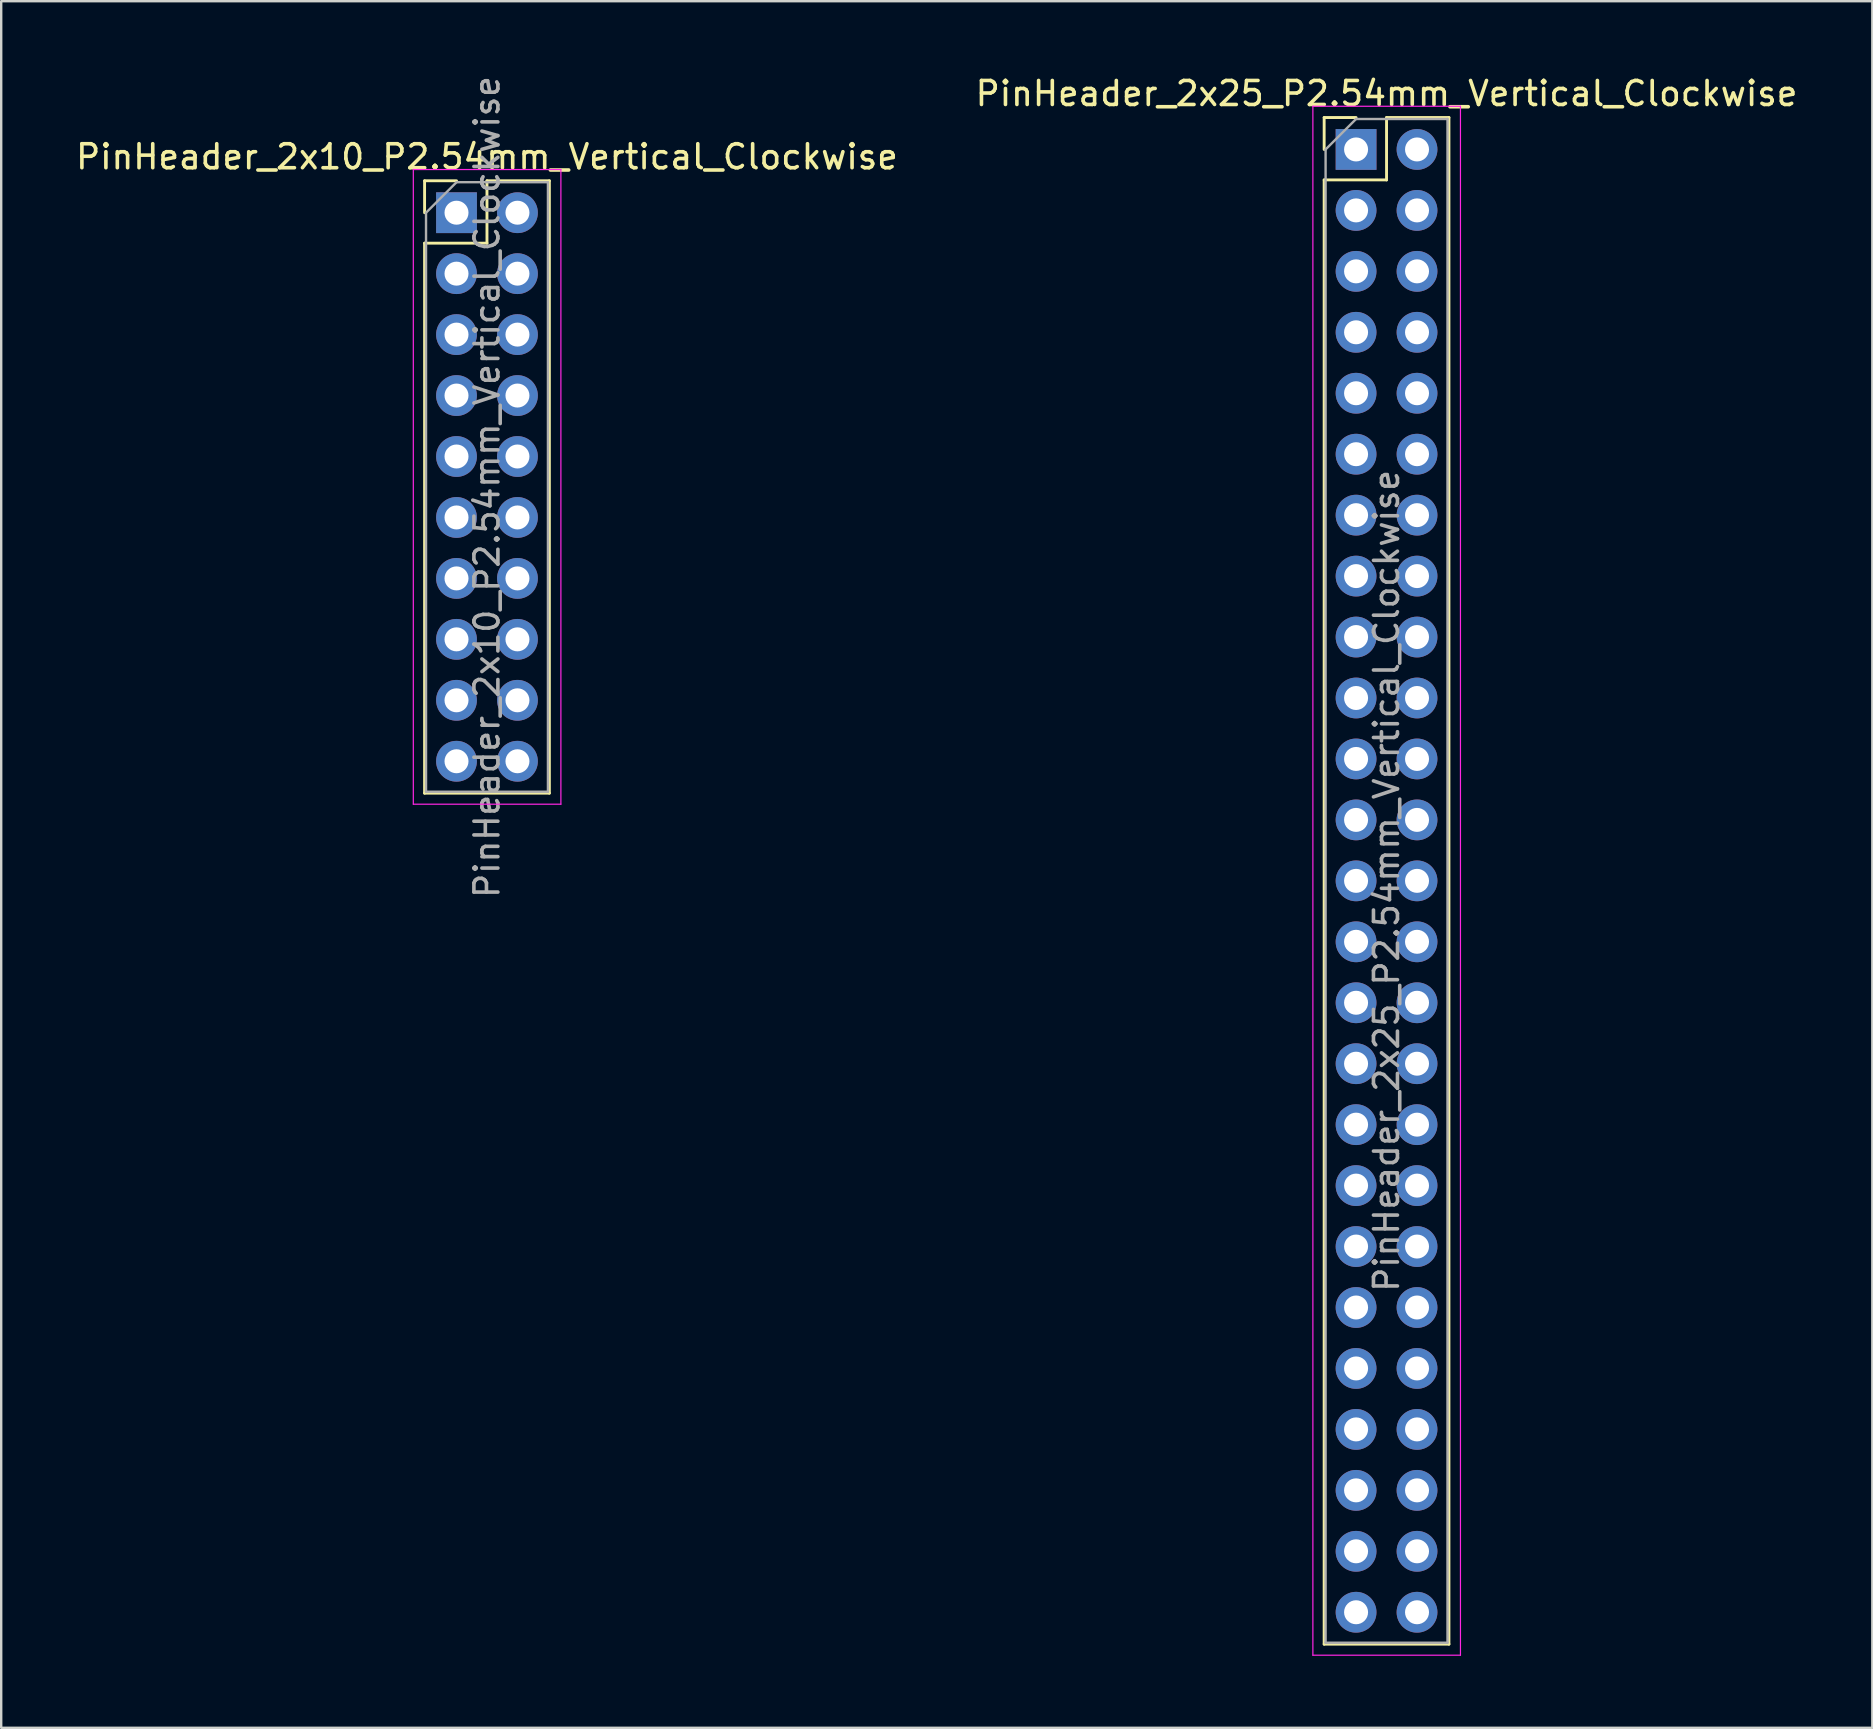
<source format=kicad_pcb>
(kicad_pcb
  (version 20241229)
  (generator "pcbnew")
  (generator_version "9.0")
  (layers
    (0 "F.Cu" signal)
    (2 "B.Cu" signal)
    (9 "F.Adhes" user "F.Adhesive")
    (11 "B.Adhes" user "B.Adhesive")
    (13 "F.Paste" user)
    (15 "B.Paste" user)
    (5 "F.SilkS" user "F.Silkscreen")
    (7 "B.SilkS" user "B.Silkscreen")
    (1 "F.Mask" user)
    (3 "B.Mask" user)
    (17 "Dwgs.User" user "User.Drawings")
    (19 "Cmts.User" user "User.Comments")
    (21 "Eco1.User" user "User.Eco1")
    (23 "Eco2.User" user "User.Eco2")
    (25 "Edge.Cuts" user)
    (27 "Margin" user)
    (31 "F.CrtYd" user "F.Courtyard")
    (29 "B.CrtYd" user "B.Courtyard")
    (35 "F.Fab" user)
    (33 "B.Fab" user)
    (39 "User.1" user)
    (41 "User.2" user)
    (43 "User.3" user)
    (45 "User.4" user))
  (footprint "PinHeader_2x10_P2.54mm_Vertical_Clockwise"
    (layer "F.Cu")
    (at 15.974 5.814)
    (property "Reference" "PinHeader_2x10_P2.54mm_Vertical_Clockwise" (at 1.27 -2.33 0) (layer "F.SilkS") (effects (font (size 1 1) (thickness 0.15))))
    (attr through_hole)
    (fp_line (start -1.33 -1.33) (end 0 -1.33) (stroke (width 0.12) (type solid)) (layer "F.SilkS"))
    (fp_line (start -1.33 0) (end -1.33 -1.33) (stroke (width 0.12) (type solid)) (layer "F.SilkS"))
    (fp_line (start -1.33 1.27) (end -1.33 24.19) (stroke (width 0.12) (type solid)) (layer "F.SilkS"))
    (fp_line (start -1.33 1.27) (end 1.27 1.27) (stroke (width 0.12) (type solid)) (layer "F.SilkS"))
    (fp_line (start -1.33 24.19) (end 3.87 24.19) (stroke (width 0.12) (type solid)) (layer "F.SilkS"))
    (fp_line (start 1.27 -1.33) (end 3.87 -1.33) (stroke (width 0.12) (type solid)) (layer "F.SilkS"))
    (fp_line (start 1.27 1.27) (end 1.27 -1.33) (stroke (width 0.12) (type solid)) (layer "F.SilkS"))
    (fp_line (start 3.87 -1.33) (end 3.87 24.19) (stroke (width 0.12) (type solid)) (layer "F.SilkS"))
    (fp_line (start -1.8 -1.8) (end -1.8 24.65) (stroke (width 0.05) (type solid)) (layer "F.CrtYd"))
    (fp_line (start -1.8 24.65) (end 4.35 24.65) (stroke (width 0.05) (type solid)) (layer "F.CrtYd"))
    (fp_line (start 4.35 -1.8) (end -1.8 -1.8) (stroke (width 0.05) (type solid)) (layer "F.CrtYd"))
    (fp_line (start 4.35 24.65) (end 4.35 -1.8) (stroke (width 0.05) (type solid)) (layer "F.CrtYd"))
    (fp_line (start -1.27 0) (end 0 -1.27) (stroke (width 0.1) (type solid)) (layer "F.Fab"))
    (fp_line (start -1.27 24.13) (end -1.27 0) (stroke (width 0.1) (type solid)) (layer "F.Fab"))
    (fp_line (start 0 -1.27) (end 3.81 -1.27) (stroke (width 0.1) (type solid)) (layer "F.Fab"))
    (fp_line (start 3.81 -1.27) (end 3.81 24.13) (stroke (width 0.1) (type solid)) (layer "F.Fab"))
    (fp_line (start 3.81 24.13) (end -1.27 24.13) (stroke (width 0.1) (type solid)) (layer "F.Fab"))
    (fp_text user "${REFERENCE}" (at 1.27 11.43 90) (layer "F.Fab") (effects (font (size 1 1) (thickness 0.15))))
    (pad "1" thru_hole rect (at 0 0) (size 1.7 1.7) (drill 1) (layers "*.Cu" "*.Mask"))
    (pad "2" thru_hole oval (at 0 2.54) (size 1.7 1.7) (drill 1) (layers "*.Cu" "*.Mask"))
    (pad "3" thru_hole oval (at 0 5.08) (size 1.7 1.7) (drill 1) (layers "*.Cu" "*.Mask"))
    (pad "4" thru_hole oval (at 0 7.62) (size 1.7 1.7) (drill 1) (layers "*.Cu" "*.Mask"))
    (pad "5" thru_hole oval (at 0 10.16) (size 1.7 1.7) (drill 1) (layers "*.Cu" "*.Mask"))
    (pad "6" thru_hole oval (at 0 12.7) (size 1.7 1.7) (drill 1) (layers "*.Cu" "*.Mask"))
    (pad "7" thru_hole oval (at 0 15.24) (size 1.7 1.7) (drill 1) (layers "*.Cu" "*.Mask"))
    (pad "8" thru_hole oval (at 0 17.78) (size 1.7 1.7) (drill 1) (layers "*.Cu" "*.Mask"))
    (pad "9" thru_hole oval (at 0 20.32) (size 1.7 1.7) (drill 1) (layers "*.Cu" "*.Mask"))
    (pad "10" thru_hole oval (at 0 22.86) (size 1.7 1.7) (drill 1) (layers "*.Cu" "*.Mask"))
    (pad "11" thru_hole oval (at 2.54 22.86) (size 1.7 1.7) (drill 1) (layers "*.Cu" "*.Mask"))
    (pad "12" thru_hole oval (at 2.54 20.32) (size 1.7 1.7) (drill 1) (layers "*.Cu" "*.Mask"))
    (pad "13" thru_hole oval (at 2.54 17.78) (size 1.7 1.7) (drill 1) (layers "*.Cu" "*.Mask"))
    (pad "14" thru_hole oval (at 2.54 15.24) (size 1.7 1.7) (drill 1) (layers "*.Cu" "*.Mask"))
    (pad "15" thru_hole oval (at 2.54 12.7) (size 1.7 1.7) (drill 1) (layers "*.Cu" "*.Mask"))
    (pad "16" thru_hole oval (at 2.54 10.16) (size 1.7 1.7) (drill 1) (layers "*.Cu" "*.Mask"))
    (pad "17" thru_hole oval (at 2.54 7.62) (size 1.7 1.7) (drill 1) (layers "*.Cu" "*.Mask"))
    (pad "18" thru_hole oval (at 2.54 5.08) (size 1.7 1.7) (drill 1) (layers "*.Cu" "*.Mask"))
    (pad "19" thru_hole oval (at 2.54 2.54) (size 1.7 1.7) (drill 1) (layers "*.Cu" "*.Mask"))
    (pad "20" thru_hole oval (at 2.54 0) (size 1.7 1.7) (drill 1) (layers "*.Cu" "*.Mask")))
  (footprint "PinHeader_2x25_P2.54mm_Vertical_Clockwise"
    (layer "F.Cu")
    (at 53.462 3.178)
    (property "Reference" "PinHeader_2x25_P2.54mm_Vertical_Clockwise" (at 1.27 -2.33 0) (layer "F.SilkS") (effects (font (size 1 1) (thickness 0.15))))
    (attr through_hole)
    (fp_line (start -1.33 -1.33) (end 0 -1.33) (stroke (width 0.12) (type solid)) (layer "F.SilkS"))
    (fp_line (start -1.33 0) (end -1.33 -1.33) (stroke (width 0.12) (type solid)) (layer "F.SilkS"))
    (fp_line (start -1.33 1.27) (end -1.33 62.29) (stroke (width 0.12) (type solid)) (layer "F.SilkS"))
    (fp_line (start -1.33 1.27) (end 1.27 1.27) (stroke (width 0.12) (type solid)) (layer "F.SilkS"))
    (fp_line (start -1.33 62.29) (end 3.87 62.29) (stroke (width 0.12) (type solid)) (layer "F.SilkS"))
    (fp_line (start 1.27 -1.33) (end 3.87 -1.33) (stroke (width 0.12) (type solid)) (layer "F.SilkS"))
    (fp_line (start 1.27 1.27) (end 1.27 -1.33) (stroke (width 0.12) (type solid)) (layer "F.SilkS"))
    (fp_line (start 3.87 -1.33) (end 3.87 62.29) (stroke (width 0.12) (type solid)) (layer "F.SilkS"))
    (fp_line (start -1.8 -1.8) (end -1.8 62.75) (stroke (width 0.05) (type solid)) (layer "F.CrtYd"))
    (fp_line (start -1.8 62.75) (end 4.35 62.75) (stroke (width 0.05) (type solid)) (layer "F.CrtYd"))
    (fp_line (start 4.35 -1.8) (end -1.8 -1.8) (stroke (width 0.05) (type solid)) (layer "F.CrtYd"))
    (fp_line (start 4.35 62.75) (end 4.35 -1.8) (stroke (width 0.05) (type solid)) (layer "F.CrtYd"))
    (fp_line (start -1.27 0) (end 0 -1.27) (stroke (width 0.1) (type solid)) (layer "F.Fab"))
    (fp_line (start -1.27 62.23) (end -1.27 0) (stroke (width 0.1) (type solid)) (layer "F.Fab"))
    (fp_line (start 0 -1.27) (end 3.81 -1.27) (stroke (width 0.1) (type solid)) (layer "F.Fab"))
    (fp_line (start 3.81 -1.27) (end 3.81 62.23) (stroke (width 0.1) (type solid)) (layer "F.Fab"))
    (fp_line (start 3.81 62.23) (end -1.27 62.23) (stroke (width 0.1) (type solid)) (layer "F.Fab"))
    (fp_text user "${REFERENCE}" (at 1.27 30.48 90) (layer "F.Fab") (effects (font (size 1 1) (thickness 0.15))))
    (pad "1" thru_hole rect (at 0 0) (size 1.7 1.7) (drill 1) (layers "*.Cu" "*.Mask"))
    (pad "2" thru_hole oval (at 0 2.54) (size 1.7 1.7) (drill 1) (layers "*.Cu" "*.Mask"))
    (pad "3" thru_hole oval (at 0 5.08) (size 1.7 1.7) (drill 1) (layers "*.Cu" "*.Mask"))
    (pad "4" thru_hole oval (at 0 7.62) (size 1.7 1.7) (drill 1) (layers "*.Cu" "*.Mask"))
    (pad "5" thru_hole oval (at 0 10.16) (size 1.7 1.7) (drill 1) (layers "*.Cu" "*.Mask"))
    (pad "6" thru_hole oval (at 0 12.7) (size 1.7 1.7) (drill 1) (layers "*.Cu" "*.Mask"))
    (pad "7" thru_hole oval (at 0 15.24) (size 1.7 1.7) (drill 1) (layers "*.Cu" "*.Mask"))
    (pad "8" thru_hole oval (at 0 17.78) (size 1.7 1.7) (drill 1) (layers "*.Cu" "*.Mask"))
    (pad "9" thru_hole oval (at 0 20.32) (size 1.7 1.7) (drill 1) (layers "*.Cu" "*.Mask"))
    (pad "10" thru_hole oval (at 0 22.86) (size 1.7 1.7) (drill 1) (layers "*.Cu" "*.Mask"))
    (pad "11" thru_hole oval (at 0 25.4) (size 1.7 1.7) (drill 1) (layers "*.Cu" "*.Mask"))
    (pad "12" thru_hole oval (at 0 27.94) (size 1.7 1.7) (drill 1) (layers "*.Cu" "*.Mask"))
    (pad "13" thru_hole oval (at 0 30.48) (size 1.7 1.7) (drill 1) (layers "*.Cu" "*.Mask"))
    (pad "14" thru_hole oval (at 0 33.02) (size 1.7 1.7) (drill 1) (layers "*.Cu" "*.Mask"))
    (pad "15" thru_hole oval (at 0 35.56) (size 1.7 1.7) (drill 1) (layers "*.Cu" "*.Mask"))
    (pad "16" thru_hole oval (at 0 38.1) (size 1.7 1.7) (drill 1) (layers "*.Cu" "*.Mask"))
    (pad "17" thru_hole oval (at 0 40.64) (size 1.7 1.7) (drill 1) (layers "*.Cu" "*.Mask"))
    (pad "18" thru_hole oval (at 0 43.18) (size 1.7 1.7) (drill 1) (layers "*.Cu" "*.Mask"))
    (pad "19" thru_hole oval (at 0 45.72) (size 1.7 1.7) (drill 1) (layers "*.Cu" "*.Mask"))
    (pad "20" thru_hole oval (at 0 48.26) (size 1.7 1.7) (drill 1) (layers "*.Cu" "*.Mask"))
    (pad "21" thru_hole oval (at 0 50.8) (size 1.7 1.7) (drill 1) (layers "*.Cu" "*.Mask"))
    (pad "22" thru_hole oval (at 0 53.34) (size 1.7 1.7) (drill 1) (layers "*.Cu" "*.Mask"))
    (pad "23" thru_hole oval (at 0 55.88) (size 1.7 1.7) (drill 1) (layers "*.Cu" "*.Mask"))
    (pad "24" thru_hole oval (at 0 58.42) (size 1.7 1.7) (drill 1) (layers "*.Cu" "*.Mask"))
    (pad "25" thru_hole oval (at 0 60.96) (size 1.7 1.7) (drill 1) (layers "*.Cu" "*.Mask"))
    (pad "26" thru_hole oval (at 2.54 60.96) (size 1.7 1.7) (drill 1) (layers "*.Cu" "*.Mask"))
    (pad "27" thru_hole oval (at 2.54 58.42) (size 1.7 1.7) (drill 1) (layers "*.Cu" "*.Mask"))
    (pad "28" thru_hole oval (at 2.54 55.88) (size 1.7 1.7) (drill 1) (layers "*.Cu" "*.Mask"))
    (pad "29" thru_hole oval (at 2.54 53.34) (size 1.7 1.7) (drill 1) (layers "*.Cu" "*.Mask"))
    (pad "30" thru_hole oval (at 2.54 50.8) (size 1.7 1.7) (drill 1) (layers "*.Cu" "*.Mask"))
    (pad "31" thru_hole oval (at 2.54 48.26) (size 1.7 1.7) (drill 1) (layers "*.Cu" "*.Mask"))
    (pad "32" thru_hole oval (at 2.54 45.72) (size 1.7 1.7) (drill 1) (layers "*.Cu" "*.Mask"))
    (pad "33" thru_hole oval (at 2.54 43.18) (size 1.7 1.7) (drill 1) (layers "*.Cu" "*.Mask"))
    (pad "34" thru_hole oval (at 2.54 40.64) (size 1.7 1.7) (drill 1) (layers "*.Cu" "*.Mask"))
    (pad "35" thru_hole oval (at 2.54 38.1) (size 1.7 1.7) (drill 1) (layers "*.Cu" "*.Mask"))
    (pad "36" thru_hole oval (at 2.54 35.56) (size 1.7 1.7) (drill 1) (layers "*.Cu" "*.Mask"))
    (pad "37" thru_hole oval (at 2.54 33.02) (size 1.7 1.7) (drill 1) (layers "*.Cu" "*.Mask"))
    (pad "38" thru_hole oval (at 2.54 30.48) (size 1.7 1.7) (drill 1) (layers "*.Cu" "*.Mask"))
    (pad "39" thru_hole oval (at 2.54 27.94) (size 1.7 1.7) (drill 1) (layers "*.Cu" "*.Mask"))
    (pad "40" thru_hole oval (at 2.54 25.4) (size 1.7 1.7) (drill 1) (layers "*.Cu" "*.Mask"))
    (pad "41" thru_hole oval (at 2.54 22.86) (size 1.7 1.7) (drill 1) (layers "*.Cu" "*.Mask"))
    (pad "42" thru_hole oval (at 2.54 20.32) (size 1.7 1.7) (drill 1) (layers "*.Cu" "*.Mask"))
    (pad "43" thru_hole oval (at 2.54 17.78) (size 1.7 1.7) (drill 1) (layers "*.Cu" "*.Mask"))
    (pad "44" thru_hole oval (at 2.54 15.24) (size 1.7 1.7) (drill 1) (layers "*.Cu" "*.Mask"))
    (pad "45" thru_hole oval (at 2.54 12.7) (size 1.7 1.7) (drill 1) (layers "*.Cu" "*.Mask"))
    (pad "46" thru_hole oval (at 2.54 10.16) (size 1.7 1.7) (drill 1) (layers "*.Cu" "*.Mask"))
    (pad "47" thru_hole oval (at 2.54 7.62) (size 1.7 1.7) (drill 1) (layers "*.Cu" "*.Mask"))
    (pad "48" thru_hole oval (at 2.54 5.08) (size 1.7 1.7) (drill 1) (layers "*.Cu" "*.Mask"))
    (pad "49" thru_hole oval (at 2.54 2.54) (size 1.7 1.7) (drill 1) (layers "*.Cu" "*.Mask"))
    (pad "50" thru_hole oval (at 2.54 0) (size 1.7 1.7) (drill 1) (layers "*.Cu" "*.Mask")))
  (gr_rect
    (start -3 -3)
    (end 74.976 68.953)
    (stroke (width 0.1) (type default))
    (fill no)
    (layer "Edge.Cuts")))
</source>
